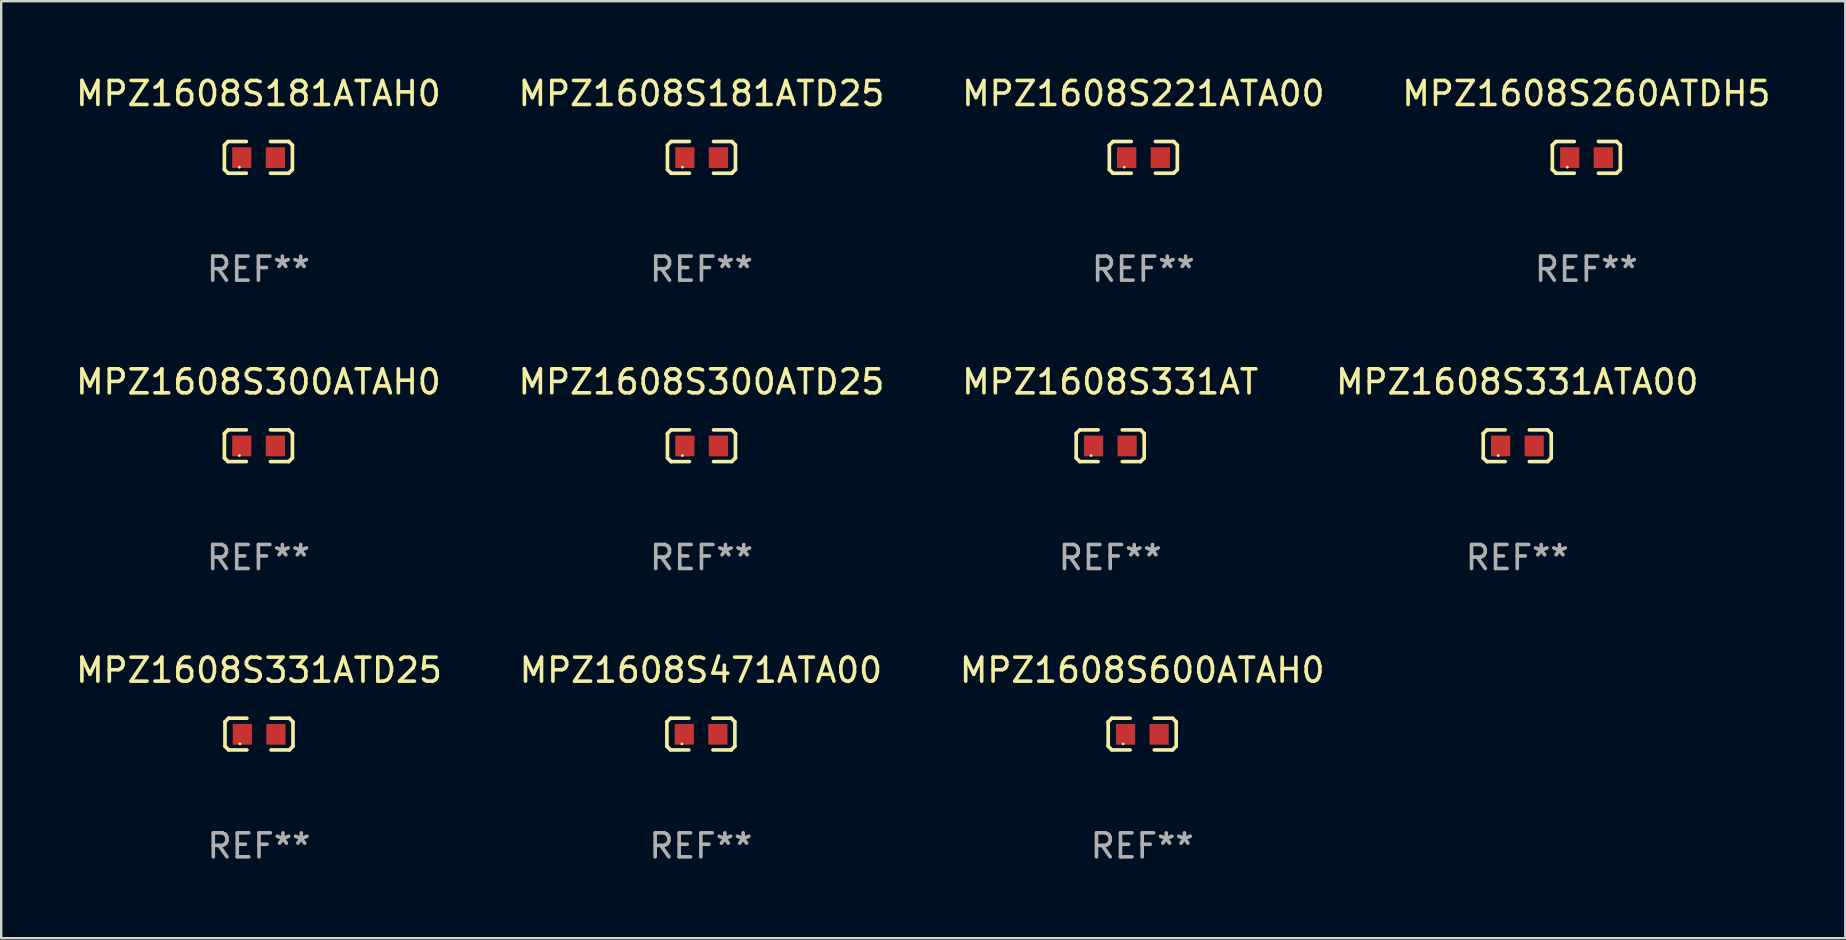
<source format=kicad_pcb>
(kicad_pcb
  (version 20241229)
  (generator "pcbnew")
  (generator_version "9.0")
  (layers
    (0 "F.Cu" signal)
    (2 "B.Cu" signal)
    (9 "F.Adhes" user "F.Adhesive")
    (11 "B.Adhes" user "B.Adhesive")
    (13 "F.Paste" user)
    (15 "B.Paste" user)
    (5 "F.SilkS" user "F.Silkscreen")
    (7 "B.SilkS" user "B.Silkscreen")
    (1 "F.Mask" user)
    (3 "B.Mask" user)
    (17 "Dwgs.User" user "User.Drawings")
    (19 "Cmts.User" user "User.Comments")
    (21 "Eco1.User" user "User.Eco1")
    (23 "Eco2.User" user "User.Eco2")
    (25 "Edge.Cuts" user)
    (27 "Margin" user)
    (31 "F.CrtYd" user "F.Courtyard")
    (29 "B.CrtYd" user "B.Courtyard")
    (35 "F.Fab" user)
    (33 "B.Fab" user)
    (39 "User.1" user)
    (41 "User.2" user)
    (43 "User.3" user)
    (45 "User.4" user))
  (footprint "MPZ1608S260ATDH5"
    (layer "F.Cu")
    (at 63.065 3.509)
    (property "Reference" "MPZ1608S260ATDH5" (at 0 -2.661 0) (layer "F.SilkS") (effects (font (size 1 1) (thickness 0.15))))
    (attr through_hole)
    (fp_line (start -1.417 -0.508) (end -1.265 -0.661) (stroke (width 0.152) (type solid)) (layer "F.SilkS"))
    (fp_line (start -1.417 0.508) (end -1.417 -0.508) (stroke (width 0.152) (type solid)) (layer "F.SilkS"))
    (fp_line (start -1.265 -0.661) (end -0.503 -0.661) (stroke (width 0.152) (type solid)) (layer "F.SilkS"))
    (fp_line (start -1.265 0.661) (end -1.417 0.508) (stroke (width 0.152) (type solid)) (layer "F.SilkS"))
    (fp_line (start -1.265 0.661) (end -0.503 0.661) (stroke (width 0.152) (type solid)) (layer "F.SilkS"))
    (fp_line (start 1.265 -0.661) (end 0.503 -0.661) (stroke (width 0.152) (type solid)) (layer "F.SilkS"))
    (fp_line (start 1.265 -0.661) (end 1.417 -0.508) (stroke (width 0.152) (type solid)) (layer "F.SilkS"))
    (fp_line (start 1.265 0.661) (end 0.503 0.661) (stroke (width 0.152) (type solid)) (layer "F.SilkS"))
    (fp_line (start 1.417 -0.508) (end 1.417 0.508) (stroke (width 0.152) (type solid)) (layer "F.SilkS"))
    (fp_line (start 1.417 0.508) (end 1.265 0.661) (stroke (width 0.152) (type solid)) (layer "F.SilkS"))
    (fp_circle (center -0.793 0.409) (end -0.763 0.409) (stroke (width 0.06) (type solid)) (fill no) (layer "F.SilkS"))
    (fp_text user "REF**" (at 0 4.661 0) (layer "F.Fab") (effects (font (size 1 1) (thickness 0.15))))
    (pad "1" smd rect (at -0.693 0.009 180) (size 0.8 0.864) (layers "F.Cu" "F.Mask" "F.Paste"))
    (pad "2" smd rect (at 0.707 0.009 180) (size 0.8 0.864) (layers "F.Cu" "F.Mask" "F.Paste")))
  (footprint "MPZ1608S221ATA00"
    (layer "F.Cu")
    (at 44.601 3.509)
    (property "Reference" "MPZ1608S221ATA00" (at 0 -2.661 0) (layer "F.SilkS") (effects (font (size 1 1) (thickness 0.15))))
    (attr through_hole)
    (fp_line (start -1.417 -0.508) (end -1.265 -0.661) (stroke (width 0.152) (type solid)) (layer "F.SilkS"))
    (fp_line (start -1.417 0.508) (end -1.417 -0.508) (stroke (width 0.152) (type solid)) (layer "F.SilkS"))
    (fp_line (start -1.265 -0.661) (end -0.503 -0.661) (stroke (width 0.152) (type solid)) (layer "F.SilkS"))
    (fp_line (start -1.265 0.661) (end -1.417 0.508) (stroke (width 0.152) (type solid)) (layer "F.SilkS"))
    (fp_line (start -1.265 0.661) (end -0.503 0.661) (stroke (width 0.152) (type solid)) (layer "F.SilkS"))
    (fp_line (start 1.265 -0.661) (end 0.503 -0.661) (stroke (width 0.152) (type solid)) (layer "F.SilkS"))
    (fp_line (start 1.265 -0.661) (end 1.417 -0.508) (stroke (width 0.152) (type solid)) (layer "F.SilkS"))
    (fp_line (start 1.265 0.661) (end 0.503 0.661) (stroke (width 0.152) (type solid)) (layer "F.SilkS"))
    (fp_line (start 1.417 -0.508) (end 1.417 0.508) (stroke (width 0.152) (type solid)) (layer "F.SilkS"))
    (fp_line (start 1.417 0.508) (end 1.265 0.661) (stroke (width 0.152) (type solid)) (layer "F.SilkS"))
    (fp_circle (center -0.793 0.409) (end -0.763 0.409) (stroke (width 0.06) (type solid)) (fill no) (layer "F.SilkS"))
    (fp_text user "REF**" (at 0 4.661 0) (layer "F.Fab") (effects (font (size 1 1) (thickness 0.15))))
    (pad "1" smd rect (at -0.693 0.009 180) (size 0.8 0.864) (layers "F.Cu" "F.Mask" "F.Paste"))
    (pad "2" smd rect (at 0.707 0.009 180) (size 0.8 0.864) (layers "F.Cu" "F.Mask" "F.Paste")))
  (footprint "MPZ1608S181ATD25"
    (layer "F.Cu")
    (at 26.185 3.509)
    (property "Reference" "MPZ1608S181ATD25" (at 0 -2.661 0) (layer "F.SilkS") (effects (font (size 1 1) (thickness 0.15))))
    (attr through_hole)
    (fp_line (start -1.417 -0.508) (end -1.265 -0.661) (stroke (width 0.152) (type solid)) (layer "F.SilkS"))
    (fp_line (start -1.417 0.508) (end -1.417 -0.508) (stroke (width 0.152) (type solid)) (layer "F.SilkS"))
    (fp_line (start -1.265 -0.661) (end -0.503 -0.661) (stroke (width 0.152) (type solid)) (layer "F.SilkS"))
    (fp_line (start -1.265 0.661) (end -1.417 0.508) (stroke (width 0.152) (type solid)) (layer "F.SilkS"))
    (fp_line (start -1.265 0.661) (end -0.503 0.661) (stroke (width 0.152) (type solid)) (layer "F.SilkS"))
    (fp_line (start 1.265 -0.661) (end 0.503 -0.661) (stroke (width 0.152) (type solid)) (layer "F.SilkS"))
    (fp_line (start 1.265 -0.661) (end 1.417 -0.508) (stroke (width 0.152) (type solid)) (layer "F.SilkS"))
    (fp_line (start 1.265 0.661) (end 0.503 0.661) (stroke (width 0.152) (type solid)) (layer "F.SilkS"))
    (fp_line (start 1.417 -0.508) (end 1.417 0.508) (stroke (width 0.152) (type solid)) (layer "F.SilkS"))
    (fp_line (start 1.417 0.508) (end 1.265 0.661) (stroke (width 0.152) (type solid)) (layer "F.SilkS"))
    (fp_circle (center -0.793 0.409) (end -0.763 0.409) (stroke (width 0.06) (type solid)) (fill no) (layer "F.SilkS"))
    (fp_text user "REF**" (at 0 4.661 0) (layer "F.Fab") (effects (font (size 1 1) (thickness 0.15))))
    (pad "1" smd rect (at -0.693 0.009 180) (size 0.8 0.864) (layers "F.Cu" "F.Mask" "F.Paste"))
    (pad "2" smd rect (at 0.707 0.009 180) (size 0.8 0.864) (layers "F.Cu" "F.Mask" "F.Paste")))
  (footprint "MPZ1608S331AT"
    (layer "F.Cu")
    (at 43.22 15.527)
    (property "Reference" "MPZ1608S331AT" (at 0 -2.661 0) (layer "F.SilkS") (effects (font (size 1 1) (thickness 0.15))))
    (attr through_hole)
    (fp_line (start -1.417 -0.508) (end -1.265 -0.661) (stroke (width 0.152) (type solid)) (layer "F.SilkS"))
    (fp_line (start -1.417 0.508) (end -1.417 -0.508) (stroke (width 0.152) (type solid)) (layer "F.SilkS"))
    (fp_line (start -1.265 -0.661) (end -0.503 -0.661) (stroke (width 0.152) (type solid)) (layer "F.SilkS"))
    (fp_line (start -1.265 0.661) (end -1.417 0.508) (stroke (width 0.152) (type solid)) (layer "F.SilkS"))
    (fp_line (start -1.265 0.661) (end -0.503 0.661) (stroke (width 0.152) (type solid)) (layer "F.SilkS"))
    (fp_line (start 1.265 -0.661) (end 0.503 -0.661) (stroke (width 0.152) (type solid)) (layer "F.SilkS"))
    (fp_line (start 1.265 -0.661) (end 1.417 -0.508) (stroke (width 0.152) (type solid)) (layer "F.SilkS"))
    (fp_line (start 1.265 0.661) (end 0.503 0.661) (stroke (width 0.152) (type solid)) (layer "F.SilkS"))
    (fp_line (start 1.417 -0.508) (end 1.417 0.508) (stroke (width 0.152) (type solid)) (layer "F.SilkS"))
    (fp_line (start 1.417 0.508) (end 1.265 0.661) (stroke (width 0.152) (type solid)) (layer "F.SilkS"))
    (fp_circle (center -0.793 0.409) (end -0.763 0.409) (stroke (width 0.06) (type solid)) (fill no) (layer "F.SilkS"))
    (fp_text user "REF**" (at 0 4.661 0) (layer "F.Fab") (effects (font (size 1 1) (thickness 0.15))))
    (pad "1" smd rect (at -0.693 0.009 180) (size 0.8 0.864) (layers "F.Cu" "F.Mask" "F.Paste"))
    (pad "2" smd rect (at 0.707 0.009 180) (size 0.8 0.864) (layers "F.Cu" "F.Mask" "F.Paste")))
  (footprint "MPZ1608S331ATA00"
    (layer "F.Cu")
    (at 60.185 15.527)
    (property "Reference" "MPZ1608S331ATA00" (at 0 -2.661 0) (layer "F.SilkS") (effects (font (size 1 1) (thickness 0.15))))
    (attr through_hole)
    (fp_line (start -1.417 -0.508) (end -1.265 -0.661) (stroke (width 0.152) (type solid)) (layer "F.SilkS"))
    (fp_line (start -1.417 0.508) (end -1.417 -0.508) (stroke (width 0.152) (type solid)) (layer "F.SilkS"))
    (fp_line (start -1.265 -0.661) (end -0.503 -0.661) (stroke (width 0.152) (type solid)) (layer "F.SilkS"))
    (fp_line (start -1.265 0.661) (end -1.417 0.508) (stroke (width 0.152) (type solid)) (layer "F.SilkS"))
    (fp_line (start -1.265 0.661) (end -0.503 0.661) (stroke (width 0.152) (type solid)) (layer "F.SilkS"))
    (fp_line (start 1.265 -0.661) (end 0.503 -0.661) (stroke (width 0.152) (type solid)) (layer "F.SilkS"))
    (fp_line (start 1.265 -0.661) (end 1.417 -0.508) (stroke (width 0.152) (type solid)) (layer "F.SilkS"))
    (fp_line (start 1.265 0.661) (end 0.503 0.661) (stroke (width 0.152) (type solid)) (layer "F.SilkS"))
    (fp_line (start 1.417 -0.508) (end 1.417 0.508) (stroke (width 0.152) (type solid)) (layer "F.SilkS"))
    (fp_line (start 1.417 0.508) (end 1.265 0.661) (stroke (width 0.152) (type solid)) (layer "F.SilkS"))
    (fp_circle (center -0.793 0.409) (end -0.763 0.409) (stroke (width 0.06) (type solid)) (fill no) (layer "F.SilkS"))
    (fp_text user "REF**" (at 0 4.661 0) (layer "F.Fab") (effects (font (size 1 1) (thickness 0.15))))
    (pad "1" smd rect (at -0.693 0.009 180) (size 0.8 0.864) (layers "F.Cu" "F.Mask" "F.Paste"))
    (pad "2" smd rect (at 0.707 0.009 180) (size 0.8 0.864) (layers "F.Cu" "F.Mask" "F.Paste")))
  (footprint "MPZ1608S181ATAH0"
    (layer "F.Cu")
    (at 7.72 3.509)
    (property "Reference" "MPZ1608S181ATAH0" (at 0 -2.661 0) (layer "F.SilkS") (effects (font (size 1 1) (thickness 0.15))))
    (attr through_hole)
    (fp_line (start -1.417 -0.508) (end -1.265 -0.661) (stroke (width 0.152) (type solid)) (layer "F.SilkS"))
    (fp_line (start -1.417 0.508) (end -1.417 -0.508) (stroke (width 0.152) (type solid)) (layer "F.SilkS"))
    (fp_line (start -1.265 -0.661) (end -0.503 -0.661) (stroke (width 0.152) (type solid)) (layer "F.SilkS"))
    (fp_line (start -1.265 0.661) (end -1.417 0.508) (stroke (width 0.152) (type solid)) (layer "F.SilkS"))
    (fp_line (start -1.265 0.661) (end -0.503 0.661) (stroke (width 0.152) (type solid)) (layer "F.SilkS"))
    (fp_line (start 1.265 -0.661) (end 0.503 -0.661) (stroke (width 0.152) (type solid)) (layer "F.SilkS"))
    (fp_line (start 1.265 -0.661) (end 1.417 -0.508) (stroke (width 0.152) (type solid)) (layer "F.SilkS"))
    (fp_line (start 1.265 0.661) (end 0.503 0.661) (stroke (width 0.152) (type solid)) (layer "F.SilkS"))
    (fp_line (start 1.417 -0.508) (end 1.417 0.508) (stroke (width 0.152) (type solid)) (layer "F.SilkS"))
    (fp_line (start 1.417 0.508) (end 1.265 0.661) (stroke (width 0.152) (type solid)) (layer "F.SilkS"))
    (fp_circle (center -0.793 0.409) (end -0.763 0.409) (stroke (width 0.06) (type solid)) (fill no) (layer "F.SilkS"))
    (fp_text user "REF**" (at 0 4.661 0) (layer "F.Fab") (effects (font (size 1 1) (thickness 0.15))))
    (pad "1" smd rect (at -0.693 0.009 180) (size 0.8 0.864) (layers "F.Cu" "F.Mask" "F.Paste"))
    (pad "2" smd rect (at 0.707 0.009 180) (size 0.8 0.864) (layers "F.Cu" "F.Mask" "F.Paste")))
  (footprint "MPZ1608S600ATAH0"
    (layer "F.Cu")
    (at 44.554 27.544)
    (property "Reference" "MPZ1608S600ATAH0" (at 0 -2.661 0) (layer "F.SilkS") (effects (font (size 1 1) (thickness 0.15))))
    (attr through_hole)
    (fp_line (start -1.417 -0.508) (end -1.265 -0.661) (stroke (width 0.152) (type solid)) (layer "F.SilkS"))
    (fp_line (start -1.417 0.508) (end -1.417 -0.508) (stroke (width 0.152) (type solid)) (layer "F.SilkS"))
    (fp_line (start -1.265 -0.661) (end -0.503 -0.661) (stroke (width 0.152) (type solid)) (layer "F.SilkS"))
    (fp_line (start -1.265 0.661) (end -1.417 0.508) (stroke (width 0.152) (type solid)) (layer "F.SilkS"))
    (fp_line (start -1.265 0.661) (end -0.503 0.661) (stroke (width 0.152) (type solid)) (layer "F.SilkS"))
    (fp_line (start 1.265 -0.661) (end 0.503 -0.661) (stroke (width 0.152) (type solid)) (layer "F.SilkS"))
    (fp_line (start 1.265 -0.661) (end 1.417 -0.508) (stroke (width 0.152) (type solid)) (layer "F.SilkS"))
    (fp_line (start 1.265 0.661) (end 0.503 0.661) (stroke (width 0.152) (type solid)) (layer "F.SilkS"))
    (fp_line (start 1.417 -0.508) (end 1.417 0.508) (stroke (width 0.152) (type solid)) (layer "F.SilkS"))
    (fp_line (start 1.417 0.508) (end 1.265 0.661) (stroke (width 0.152) (type solid)) (layer "F.SilkS"))
    (fp_circle (center -0.793 0.409) (end -0.763 0.409) (stroke (width 0.06) (type solid)) (fill no) (layer "F.SilkS"))
    (fp_text user "REF**" (at 0 4.661 0) (layer "F.Fab") (effects (font (size 1 1) (thickness 0.15))))
    (pad "1" smd rect (at -0.693 0.009 180) (size 0.8 0.864) (layers "F.Cu" "F.Mask" "F.Paste"))
    (pad "2" smd rect (at 0.707 0.009 180) (size 0.8 0.864) (layers "F.Cu" "F.Mask" "F.Paste")))
  (footprint "MPZ1608S300ATD25"
    (layer "F.Cu")
    (at 26.185 15.527)
    (property "Reference" "MPZ1608S300ATD25" (at 0 -2.661 0) (layer "F.SilkS") (effects (font (size 1 1) (thickness 0.15))))
    (attr through_hole)
    (fp_line (start -1.417 -0.508) (end -1.265 -0.661) (stroke (width 0.152) (type solid)) (layer "F.SilkS"))
    (fp_line (start -1.417 0.508) (end -1.417 -0.508) (stroke (width 0.152) (type solid)) (layer "F.SilkS"))
    (fp_line (start -1.265 -0.661) (end -0.503 -0.661) (stroke (width 0.152) (type solid)) (layer "F.SilkS"))
    (fp_line (start -1.265 0.661) (end -1.417 0.508) (stroke (width 0.152) (type solid)) (layer "F.SilkS"))
    (fp_line (start -1.265 0.661) (end -0.503 0.661) (stroke (width 0.152) (type solid)) (layer "F.SilkS"))
    (fp_line (start 1.265 -0.661) (end 0.503 -0.661) (stroke (width 0.152) (type solid)) (layer "F.SilkS"))
    (fp_line (start 1.265 -0.661) (end 1.417 -0.508) (stroke (width 0.152) (type solid)) (layer "F.SilkS"))
    (fp_line (start 1.265 0.661) (end 0.503 0.661) (stroke (width 0.152) (type solid)) (layer "F.SilkS"))
    (fp_line (start 1.417 -0.508) (end 1.417 0.508) (stroke (width 0.152) (type solid)) (layer "F.SilkS"))
    (fp_line (start 1.417 0.508) (end 1.265 0.661) (stroke (width 0.152) (type solid)) (layer "F.SilkS"))
    (fp_circle (center -0.793 0.409) (end -0.763 0.409) (stroke (width 0.06) (type solid)) (fill no) (layer "F.SilkS"))
    (fp_text user "REF**" (at 0 4.661 0) (layer "F.Fab") (effects (font (size 1 1) (thickness 0.15))))
    (pad "1" smd rect (at -0.693 0.009 180) (size 0.8 0.864) (layers "F.Cu" "F.Mask" "F.Paste"))
    (pad "2" smd rect (at 0.707 0.009 180) (size 0.8 0.864) (layers "F.Cu" "F.Mask" "F.Paste")))
  (footprint "MPZ1608S331ATD25"
    (layer "F.Cu")
    (at 7.744 27.544)
    (property "Reference" "MPZ1608S331ATD25" (at 0 -2.661 0) (layer "F.SilkS") (effects (font (size 1 1) (thickness 0.15))))
    (attr through_hole)
    (fp_line (start -1.417 -0.508) (end -1.265 -0.661) (stroke (width 0.152) (type solid)) (layer "F.SilkS"))
    (fp_line (start -1.417 0.508) (end -1.417 -0.508) (stroke (width 0.152) (type solid)) (layer "F.SilkS"))
    (fp_line (start -1.265 -0.661) (end -0.503 -0.661) (stroke (width 0.152) (type solid)) (layer "F.SilkS"))
    (fp_line (start -1.265 0.661) (end -1.417 0.508) (stroke (width 0.152) (type solid)) (layer "F.SilkS"))
    (fp_line (start -1.265 0.661) (end -0.503 0.661) (stroke (width 0.152) (type solid)) (layer "F.SilkS"))
    (fp_line (start 1.265 -0.661) (end 0.503 -0.661) (stroke (width 0.152) (type solid)) (layer "F.SilkS"))
    (fp_line (start 1.265 -0.661) (end 1.417 -0.508) (stroke (width 0.152) (type solid)) (layer "F.SilkS"))
    (fp_line (start 1.265 0.661) (end 0.503 0.661) (stroke (width 0.152) (type solid)) (layer "F.SilkS"))
    (fp_line (start 1.417 -0.508) (end 1.417 0.508) (stroke (width 0.152) (type solid)) (layer "F.SilkS"))
    (fp_line (start 1.417 0.508) (end 1.265 0.661) (stroke (width 0.152) (type solid)) (layer "F.SilkS"))
    (fp_circle (center -0.793 0.409) (end -0.763 0.409) (stroke (width 0.06) (type solid)) (fill no) (layer "F.SilkS"))
    (fp_text user "REF**" (at 0 4.661 0) (layer "F.Fab") (effects (font (size 1 1) (thickness 0.15))))
    (pad "1" smd rect (at -0.693 0.009 180) (size 0.8 0.864) (layers "F.Cu" "F.Mask" "F.Paste"))
    (pad "2" smd rect (at 0.707 0.009 180) (size 0.8 0.864) (layers "F.Cu" "F.Mask" "F.Paste")))
  (footprint "MPZ1608S300ATAH0"
    (layer "F.Cu")
    (at 7.72 15.527)
    (property "Reference" "MPZ1608S300ATAH0" (at 0 -2.661 0) (layer "F.SilkS") (effects (font (size 1 1) (thickness 0.15))))
    (attr through_hole)
    (fp_line (start -1.417 -0.508) (end -1.265 -0.661) (stroke (width 0.152) (type solid)) (layer "F.SilkS"))
    (fp_line (start -1.417 0.508) (end -1.417 -0.508) (stroke (width 0.152) (type solid)) (layer "F.SilkS"))
    (fp_line (start -1.265 -0.661) (end -0.503 -0.661) (stroke (width 0.152) (type solid)) (layer "F.SilkS"))
    (fp_line (start -1.265 0.661) (end -1.417 0.508) (stroke (width 0.152) (type solid)) (layer "F.SilkS"))
    (fp_line (start -1.265 0.661) (end -0.503 0.661) (stroke (width 0.152) (type solid)) (layer "F.SilkS"))
    (fp_line (start 1.265 -0.661) (end 0.503 -0.661) (stroke (width 0.152) (type solid)) (layer "F.SilkS"))
    (fp_line (start 1.265 -0.661) (end 1.417 -0.508) (stroke (width 0.152) (type solid)) (layer "F.SilkS"))
    (fp_line (start 1.265 0.661) (end 0.503 0.661) (stroke (width 0.152) (type solid)) (layer "F.SilkS"))
    (fp_line (start 1.417 -0.508) (end 1.417 0.508) (stroke (width 0.152) (type solid)) (layer "F.SilkS"))
    (fp_line (start 1.417 0.508) (end 1.265 0.661) (stroke (width 0.152) (type solid)) (layer "F.SilkS"))
    (fp_circle (center -0.793 0.409) (end -0.763 0.409) (stroke (width 0.06) (type solid)) (fill no) (layer "F.SilkS"))
    (fp_text user "REF**" (at 0 4.661 0) (layer "F.Fab") (effects (font (size 1 1) (thickness 0.15))))
    (pad "1" smd rect (at -0.693 0.009 180) (size 0.8 0.864) (layers "F.Cu" "F.Mask" "F.Paste"))
    (pad "2" smd rect (at 0.707 0.009 180) (size 0.8 0.864) (layers "F.Cu" "F.Mask" "F.Paste")))
  (footprint "MPZ1608S471ATA00"
    (layer "F.Cu")
    (at 26.161 27.544)
    (property "Reference" "MPZ1608S471ATA00" (at 0 -2.661 0) (layer "F.SilkS") (effects (font (size 1 1) (thickness 0.15))))
    (attr through_hole)
    (fp_line (start -1.417 -0.508) (end -1.265 -0.661) (stroke (width 0.152) (type solid)) (layer "F.SilkS"))
    (fp_line (start -1.417 0.508) (end -1.417 -0.508) (stroke (width 0.152) (type solid)) (layer "F.SilkS"))
    (fp_line (start -1.265 -0.661) (end -0.503 -0.661) (stroke (width 0.152) (type solid)) (layer "F.SilkS"))
    (fp_line (start -1.265 0.661) (end -1.417 0.508) (stroke (width 0.152) (type solid)) (layer "F.SilkS"))
    (fp_line (start -1.265 0.661) (end -0.503 0.661) (stroke (width 0.152) (type solid)) (layer "F.SilkS"))
    (fp_line (start 1.265 -0.661) (end 0.503 -0.661) (stroke (width 0.152) (type solid)) (layer "F.SilkS"))
    (fp_line (start 1.265 -0.661) (end 1.417 -0.508) (stroke (width 0.152) (type solid)) (layer "F.SilkS"))
    (fp_line (start 1.265 0.661) (end 0.503 0.661) (stroke (width 0.152) (type solid)) (layer "F.SilkS"))
    (fp_line (start 1.417 -0.508) (end 1.417 0.508) (stroke (width 0.152) (type solid)) (layer "F.SilkS"))
    (fp_line (start 1.417 0.508) (end 1.265 0.661) (stroke (width 0.152) (type solid)) (layer "F.SilkS"))
    (fp_circle (center -0.793 0.409) (end -0.763 0.409) (stroke (width 0.06) (type solid)) (fill no) (layer "F.SilkS"))
    (fp_text user "REF**" (at 0 4.661 0) (layer "F.Fab") (effects (font (size 1 1) (thickness 0.15))))
    (pad "1" smd rect (at -0.693 0.009 180) (size 0.8 0.864) (layers "F.Cu" "F.Mask" "F.Paste"))
    (pad "2" smd rect (at 0.707 0.009 180) (size 0.8 0.864) (layers "F.Cu" "F.Mask" "F.Paste")))
  (gr_rect
    (start -3 -3)
    (end 73.857 36.053)
    (stroke (width 0.1) (type default))
    (fill no)
    (layer "Edge.Cuts")))
</source>
